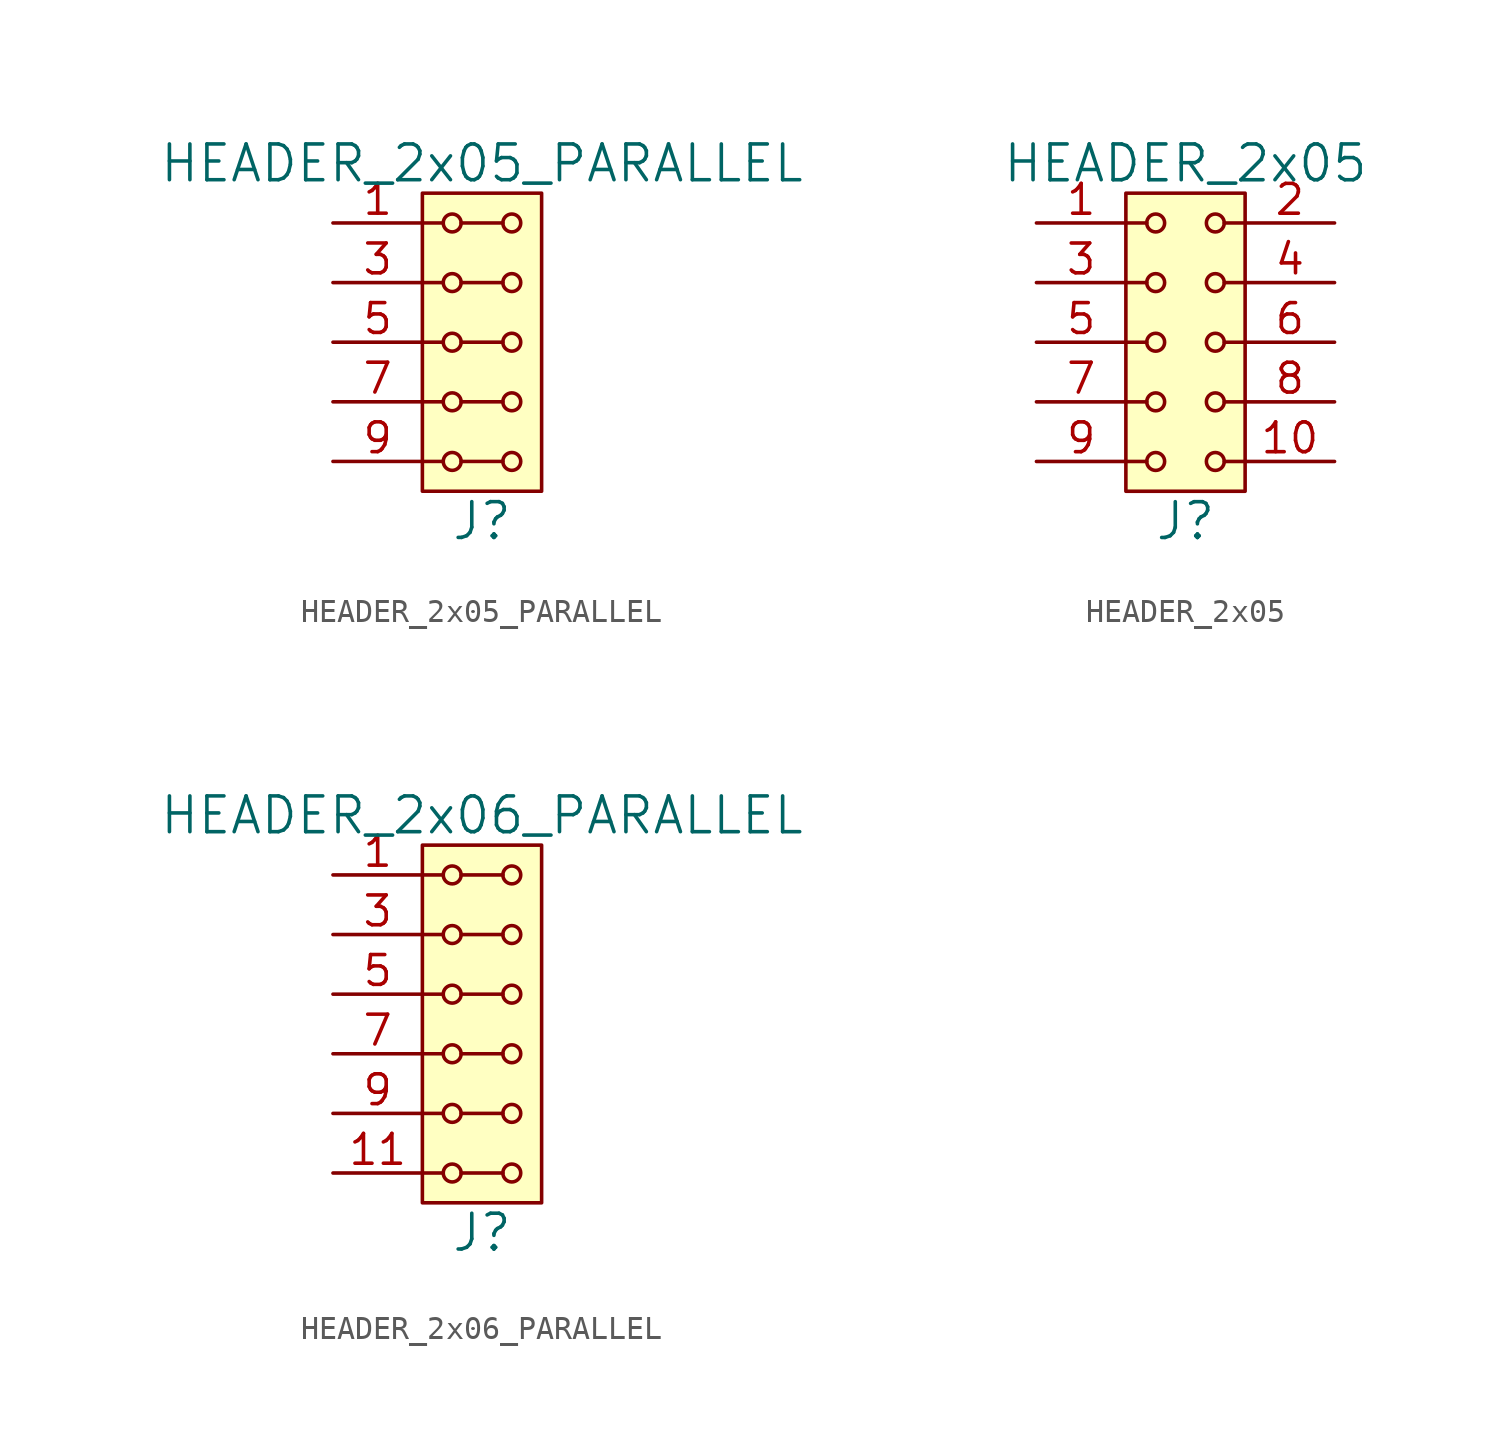
<source format=kicad_sym>
(kicad_symbol_lib
  (version 20211014)
  (generator kicad_symbol_editor)
  (symbol "HEADER_2x05_PARALLEL"
    (pin_names
      (offset 1.016))
    (property "Reference" "J"
      (at 0 -7.62 0)
      (effects (font (size 1.524 1.524))))
    (property "Value" "HEADER_2x05_PARALLEL"
      (at 0 7.62 0)
      (effects (font (size 1.524 1.524))))
    (property "Footprint" ""
      (at 0 5.08 0)
      (effects (font (size 1.524 1.524))))
    (property "Datasheet" ""
      (at 0 5.08 0)
      (effects (font (size 1.524 1.524))))
    (symbol "HEADER_2x05_PARALLEL_0_1"
      (rectangle (start -2.54 6.35) (end 2.54 -6.35) (stroke (width 0) (type default) (color 0 0 0 0)) (fill (type background)))
      (circle (center -1.27 -5.08) (radius 0.381) (stroke (width 0) (type default) (color 0 0 0 0)) (fill (type none)))
      (circle (center -1.27 -2.54) (radius 0.381) (stroke (width 0) (type default) (color 0 0 0 0)) (fill (type none)))
      (circle (center -1.27 0) (radius 0.381) (stroke (width 0) (type default) (color 0 0 0 0)) (fill (type none)))
      (circle (center -1.27 2.54) (radius 0.381) (stroke (width 0) (type default) (color 0 0 0 0)) (fill (type none)))
      (circle (center -1.27 5.08) (radius 0.381) (stroke (width 0) (type default) (color 0 0 0 0)) (fill (type none)))
      (polyline (pts (xy -1.651 -5.08) (xy -2.54 -5.08)) (stroke (width 0) (type default) (color 0 0 0 0)) (fill (type none)))
      (polyline (pts (xy -1.651 -2.54) (xy -2.54 -2.54)) (stroke (width 0) (type default) (color 0 0 0 0)) (fill (type none)))
      (polyline (pts (xy -1.651 0) (xy -2.54 0)) (stroke (width 0) (type default) (color 0 0 0 0)) (fill (type none)))
      (polyline (pts (xy -1.651 2.54) (xy -2.54 2.54)) (stroke (width 0) (type default) (color 0 0 0 0)) (fill (type none)))
      (polyline (pts (xy -1.651 5.08) (xy -2.54 5.08)) (stroke (width 0) (type default) (color 0 0 0 0)) (fill (type none)))
      (polyline (pts (xy -0.889 -5.08) (xy 0.889 -5.08)) (stroke (width 0) (type default) (color 0 0 0 0)) (fill (type none)))
      (polyline (pts (xy -0.889 -2.54) (xy 0.889 -2.54)) (stroke (width 0) (type default) (color 0 0 0 0)) (fill (type none)))
      (polyline (pts (xy -0.889 0) (xy 0.889 0)) (stroke (width 0) (type default) (color 0 0 0 0)) (fill (type none)))
      (polyline (pts (xy -0.889 2.54) (xy 0.889 2.54)) (stroke (width 0) (type default) (color 0 0 0 0)) (fill (type none)))
      (polyline (pts (xy -0.889 5.08) (xy 0.889 5.08)) (stroke (width 0) (type default) (color 0 0 0 0)) (fill (type none)))
      (circle (center 1.27 -5.08) (radius 0.381) (stroke (width 0) (type default) (color 0 0 0 0)) (fill (type none)))
      (circle (center 1.27 -2.54) (radius 0.381) (stroke (width 0) (type default) (color 0 0 0 0)) (fill (type none)))
      (circle (center 1.27 0) (radius 0.381) (stroke (width 0) (type default) (color 0 0 0 0)) (fill (type none)))
      (circle (center 1.27 2.54) (radius 0.381) (stroke (width 0) (type default) (color 0 0 0 0)) (fill (type none)))
      (circle (center 1.27 5.08) (radius 0.381) (stroke (width 0) (type default) (color 0 0 0 0)) (fill (type none))))
    (symbol "HEADER_2x05_PARALLEL_1_1"
      (pin input line (at -6.35 5.08 0) (length 3.81) (name "~" (effects (font (size 1.27 1.27)))) (number "1" (effects (font (size 1.27 1.27)))))
      (pin input line (at -6.35 -5.08 0) (length 3.81) hide (name "~" (effects (font (size 1.27 1.27)))) (number "10" (effects (font (size 1.27 1.27)))))
      (pin input line (at -6.35 5.08 0) (length 3.81) hide (name "~" (effects (font (size 1.27 1.27)))) (number "2" (effects (font (size 1.27 1.27)))))
      (pin input line (at -6.35 2.54 0) (length 3.81) (name "~" (effects (font (size 1.27 1.27)))) (number "3" (effects (font (size 1.27 1.27)))))
      (pin input line (at -6.35 2.54 0) (length 3.81) hide (name "~" (effects (font (size 1.27 1.27)))) (number "4" (effects (font (size 1.27 1.27)))))
      (pin input line (at -6.35 0 0) (length 3.81) (name "~" (effects (font (size 1.27 1.27)))) (number "5" (effects (font (size 1.27 1.27)))))
      (pin input line (at -6.35 0 0) (length 3.81) hide (name "~" (effects (font (size 1.27 1.27)))) (number "6" (effects (font (size 1.27 1.27)))))
      (pin input line (at -6.35 -2.54 0) (length 3.81) (name "~" (effects (font (size 1.27 1.27)))) (number "7" (effects (font (size 1.27 1.27)))))
      (pin input line (at -6.35 -2.54 0) (length 3.81) hide (name "~" (effects (font (size 1.27 1.27)))) (number "8" (effects (font (size 1.27 1.27)))))
      (pin input line (at -6.35 -5.08 0) (length 3.81) (name "~" (effects (font (size 1.27 1.27)))) (number "9" (effects (font (size 1.27 1.27)))))))
  (symbol "HEADER_2x05"
    (pin_names
      (offset 1.016))
    (property "Reference" "J"
      (at 0 -7.62 0)
      (effects (font (size 1.524 1.524))))
    (property "Value" "HEADER_2x05"
      (at 0 7.62 0)
      (effects (font (size 1.524 1.524))))
    (property "Footprint" ""
      (at 0 5.08 0)
      (effects (font (size 1.524 1.524))))
    (property "Datasheet" ""
      (at 0 5.08 0)
      (effects (font (size 1.524 1.524))))
    (symbol "HEADER_2x05_0_1"
      (rectangle (start -2.54 6.35) (end 2.54 -6.35) (stroke (width 0) (type default) (color 0 0 0 0)) (fill (type background)))
      (circle (center -1.27 -5.08) (radius 0.381) (stroke (width 0) (type default) (color 0 0 0 0)) (fill (type none)))
      (circle (center -1.27 -2.54) (radius 0.381) (stroke (width 0) (type default) (color 0 0 0 0)) (fill (type none)))
      (circle (center -1.27 0) (radius 0.381) (stroke (width 0) (type default) (color 0 0 0 0)) (fill (type none)))
      (circle (center -1.27 2.54) (radius 0.381) (stroke (width 0) (type default) (color 0 0 0 0)) (fill (type none)))
      (circle (center -1.27 5.08) (radius 0.381) (stroke (width 0) (type default) (color 0 0 0 0)) (fill (type none)))
      (polyline (pts (xy -1.651 -5.08) (xy -2.54 -5.08)) (stroke (width 0) (type default) (color 0 0 0 0)) (fill (type none)))
      (polyline (pts (xy -1.651 -2.54) (xy -2.54 -2.54)) (stroke (width 0) (type default) (color 0 0 0 0)) (fill (type none)))
      (polyline (pts (xy -1.651 0) (xy -2.54 0)) (stroke (width 0) (type default) (color 0 0 0 0)) (fill (type none)))
      (polyline (pts (xy -1.651 2.54) (xy -2.54 2.54)) (stroke (width 0) (type default) (color 0 0 0 0)) (fill (type none)))
      (polyline (pts (xy -1.651 5.08) (xy -2.54 5.08)) (stroke (width 0) (type default) (color 0 0 0 0)) (fill (type none)))
      (polyline (pts (xy 1.651 -5.08) (xy 2.54 -5.08)) (stroke (width 0) (type default) (color 0 0 0 0)) (fill (type none)))
      (polyline (pts (xy 1.651 -2.54) (xy 2.54 -2.54)) (stroke (width 0) (type default) (color 0 0 0 0)) (fill (type none)))
      (polyline (pts (xy 1.651 0) (xy 2.54 0)) (stroke (width 0) (type default) (color 0 0 0 0)) (fill (type none)))
      (polyline (pts (xy 1.651 2.54) (xy 2.54 2.54)) (stroke (width 0) (type default) (color 0 0 0 0)) (fill (type none)))
      (polyline (pts (xy 1.651 5.08) (xy 2.54 5.08)) (stroke (width 0) (type default) (color 0 0 0 0)) (fill (type none)))
      (circle (center 1.27 -5.08) (radius 0.381) (stroke (width 0) (type default) (color 0 0 0 0)) (fill (type none)))
      (circle (center 1.27 -2.54) (radius 0.381) (stroke (width 0) (type default) (color 0 0 0 0)) (fill (type none)))
      (circle (center 1.27 0) (radius 0.381) (stroke (width 0) (type default) (color 0 0 0 0)) (fill (type none)))
      (circle (center 1.27 2.54) (radius 0.381) (stroke (width 0) (type default) (color 0 0 0 0)) (fill (type none)))
      (circle (center 1.27 5.08) (radius 0.381) (stroke (width 0) (type default) (color 0 0 0 0)) (fill (type none))))
    (symbol "HEADER_2x05_1_1"
      (pin input line (at -6.35 5.08 0) (length 3.81) (name "~" (effects (font (size 1.27 1.27)))) (number "1" (effects (font (size 1.27 1.27)))))
      (pin input line (at 6.35 -5.08 180) (length 3.81) (name "~" (effects (font (size 1.27 1.27)))) (number "10" (effects (font (size 1.27 1.27)))))
      (pin input line (at 6.35 5.08 180) (length 3.81) (name "~" (effects (font (size 1.27 1.27)))) (number "2" (effects (font (size 1.27 1.27)))))
      (pin input line (at -6.35 2.54 0) (length 3.81) (name "~" (effects (font (size 1.27 1.27)))) (number "3" (effects (font (size 1.27 1.27)))))
      (pin input line (at 6.35 2.54 180) (length 3.81) (name "~" (effects (font (size 1.27 1.27)))) (number "4" (effects (font (size 1.27 1.27)))))
      (pin input line (at -6.35 0 0) (length 3.81) (name "~" (effects (font (size 1.27 1.27)))) (number "5" (effects (font (size 1.27 1.27)))))
      (pin input line (at 6.35 0 180) (length 3.81) (name "~" (effects (font (size 1.27 1.27)))) (number "6" (effects (font (size 1.27 1.27)))))
      (pin input line (at -6.35 -2.54 0) (length 3.81) (name "~" (effects (font (size 1.27 1.27)))) (number "7" (effects (font (size 1.27 1.27)))))
      (pin input line (at 6.35 -2.54 180) (length 3.81) (name "~" (effects (font (size 1.27 1.27)))) (number "8" (effects (font (size 1.27 1.27)))))
      (pin input line (at -6.35 -5.08 0) (length 3.81) (name "~" (effects (font (size 1.27 1.27)))) (number "9" (effects (font (size 1.27 1.27)))))))
  (symbol "HEADER_2x06_PARALLEL"
    (pin_names
      (offset 1.016))
    (property "Reference" "J"
      (at 0 -8.89 0)
      (effects (font (size 1.524 1.524))))
    (property "Value" "HEADER_2x06_PARALLEL"
      (at 0 8.89 0)
      (effects (font (size 1.524 1.524))))
    (property "Footprint" ""
      (at 0 6.35 0)
      (effects (font (size 1.524 1.524))))
    (property "Datasheet" ""
      (at 0 6.35 0)
      (effects (font (size 1.524 1.524))))
    (symbol "HEADER_2x06_PARALLEL_0_1"
      (rectangle (start -2.54 7.62) (end 2.54 -7.62) (stroke (width 0) (type default) (color 0 0 0 0)) (fill (type background)))
      (circle (center -1.27 -6.35) (radius 0.381) (stroke (width 0) (type default) (color 0 0 0 0)) (fill (type none)))
      (circle (center -1.27 -3.81) (radius 0.381) (stroke (width 0) (type default) (color 0 0 0 0)) (fill (type none)))
      (circle (center -1.27 -1.27) (radius 0.381) (stroke (width 0) (type default) (color 0 0 0 0)) (fill (type none)))
      (circle (center -1.27 1.27) (radius 0.381) (stroke (width 0) (type default) (color 0 0 0 0)) (fill (type none)))
      (circle (center -1.27 3.81) (radius 0.381) (stroke (width 0) (type default) (color 0 0 0 0)) (fill (type none)))
      (circle (center -1.27 6.35) (radius 0.381) (stroke (width 0) (type default) (color 0 0 0 0)) (fill (type none)))
      (polyline (pts (xy -1.651 -6.35) (xy -2.54 -6.35)) (stroke (width 0) (type default) (color 0 0 0 0)) (fill (type none)))
      (polyline (pts (xy -1.651 -3.81) (xy -2.54 -3.81)) (stroke (width 0) (type default) (color 0 0 0 0)) (fill (type none)))
      (polyline (pts (xy -1.651 -1.27) (xy -2.54 -1.27)) (stroke (width 0) (type default) (color 0 0 0 0)) (fill (type none)))
      (polyline (pts (xy -1.651 1.27) (xy -2.54 1.27)) (stroke (width 0) (type default) (color 0 0 0 0)) (fill (type none)))
      (polyline (pts (xy -1.651 3.81) (xy -2.54 3.81)) (stroke (width 0) (type default) (color 0 0 0 0)) (fill (type none)))
      (polyline (pts (xy -1.651 6.35) (xy -2.54 6.35)) (stroke (width 0) (type default) (color 0 0 0 0)) (fill (type none)))
      (polyline (pts (xy -0.889 -6.35) (xy 0.889 -6.35)) (stroke (width 0) (type default) (color 0 0 0 0)) (fill (type none)))
      (polyline (pts (xy -0.889 -3.81) (xy 0.889 -3.81)) (stroke (width 0) (type default) (color 0 0 0 0)) (fill (type none)))
      (polyline (pts (xy -0.889 -1.27) (xy 0.889 -1.27)) (stroke (width 0) (type default) (color 0 0 0 0)) (fill (type none)))
      (polyline (pts (xy -0.889 1.27) (xy 0.889 1.27)) (stroke (width 0) (type default) (color 0 0 0 0)) (fill (type none)))
      (polyline (pts (xy -0.889 3.81) (xy 0.889 3.81)) (stroke (width 0) (type default) (color 0 0 0 0)) (fill (type none)))
      (polyline (pts (xy -0.889 6.35) (xy 0.889 6.35)) (stroke (width 0) (type default) (color 0 0 0 0)) (fill (type none)))
      (circle (center 1.27 -6.35) (radius 0.381) (stroke (width 0) (type default) (color 0 0 0 0)) (fill (type none)))
      (circle (center 1.27 -3.81) (radius 0.381) (stroke (width 0) (type default) (color 0 0 0 0)) (fill (type none)))
      (circle (center 1.27 -1.27) (radius 0.381) (stroke (width 0) (type default) (color 0 0 0 0)) (fill (type none)))
      (circle (center 1.27 1.27) (radius 0.381) (stroke (width 0) (type default) (color 0 0 0 0)) (fill (type none)))
      (circle (center 1.27 3.81) (radius 0.381) (stroke (width 0) (type default) (color 0 0 0 0)) (fill (type none)))
      (circle (center 1.27 6.35) (radius 0.381) (stroke (width 0) (type default) (color 0 0 0 0)) (fill (type none))))
    (symbol "HEADER_2x06_PARALLEL_1_1"
      (pin input line (at -6.35 6.35 0) (length 3.81) (name "~" (effects (font (size 1.27 1.27)))) (number "1" (effects (font (size 1.27 1.27)))))
      (pin input line (at -6.35 -3.81 0) (length 3.81) hide (name "~" (effects (font (size 1.27 1.27)))) (number "10" (effects (font (size 1.27 1.27)))))
      (pin input line (at -6.35 -6.35 0) (length 3.81) (name "~" (effects (font (size 1.27 1.27)))) (number "11" (effects (font (size 1.27 1.27)))))
      (pin input line (at -6.35 -6.35 0) (length 3.81) hide (name "~" (effects (font (size 1.27 1.27)))) (number "12" (effects (font (size 1.27 1.27)))))
      (pin input line (at -6.35 6.35 0) (length 3.81) hide (name "~" (effects (font (size 1.27 1.27)))) (number "2" (effects (font (size 1.27 1.27)))))
      (pin input line (at -6.35 3.81 0) (length 3.81) (name "~" (effects (font (size 1.27 1.27)))) (number "3" (effects (font (size 1.27 1.27)))))
      (pin input line (at -6.35 3.81 0) (length 3.81) hide (name "~" (effects (font (size 1.27 1.27)))) (number "4" (effects (font (size 1.27 1.27)))))
      (pin input line (at -6.35 1.27 0) (length 3.81) (name "~" (effects (font (size 1.27 1.27)))) (number "5" (effects (font (size 1.27 1.27)))))
      (pin input line (at -6.35 1.27 0) (length 3.81) hide (name "~" (effects (font (size 1.27 1.27)))) (number "6" (effects (font (size 1.27 1.27)))))
      (pin input line (at -6.35 -1.27 0) (length 3.81) (name "~" (effects (font (size 1.27 1.27)))) (number "7" (effects (font (size 1.27 1.27)))))
      (pin input line (at -6.35 -1.27 0) (length 3.81) hide (name "~" (effects (font (size 1.27 1.27)))) (number "8" (effects (font (size 1.27 1.27)))))
      (pin input line (at -6.35 -3.81 0) (length 3.81) (name "~" (effects (font (size 1.27 1.27)))) (number "9" (effects (font (size 1.27 1.27))))))))
</source>
